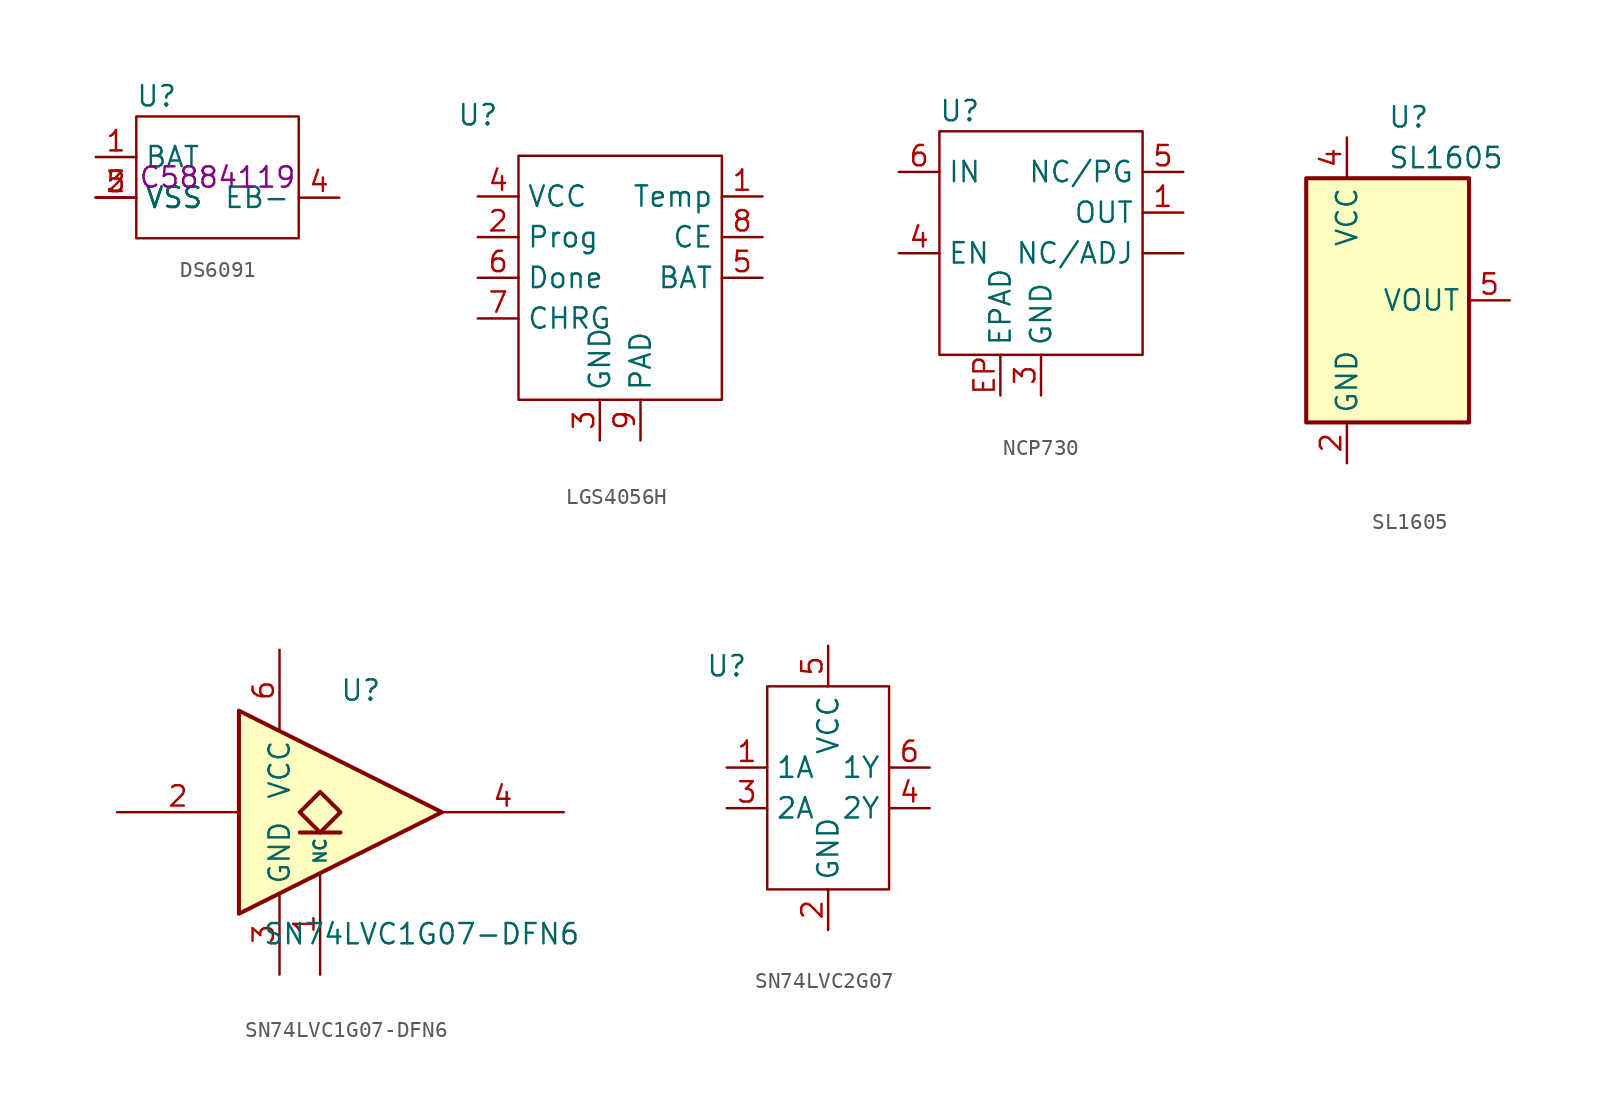
<source format=kicad_sym>
(kicad_symbol_lib
  (version 20220914)
  (generator kicad_symbol_editor)
  (symbol "DS6091"
    (property "Reference" "U"
      (at -3.81 5.08 0)
      (effects (font (size 1.27 1.27))))
    (property "Value" ""
      (at -5.08 3.81 0)
      (effects (font (size 1.27 1.27))))
    (property "LCSC" "C5884119"
      (at 0 0 0)
      (effects (font (size 1.27 1.27))))
    (symbol "DS6091_0_1"
      (rectangle (start -5.08 3.81) (end 5.08 -3.81) (stroke (width 0) (type default)) (fill (type none))))
    (symbol "DS6091_1_1"
      (pin input line (at -7.62 1.27 0) (length 2.54) (name "BAT" (effects (font (size 1.27 1.27)))) (number "1" (effects (font (size 1.27 1.27)))))
      (pin input line (at -7.62 -1.27 0) (length 2.54) (name "VSS" (effects (font (size 1.27 1.27)))) (number "2" (effects (font (size 1.27 1.27)))))
      (pin input line (at -7.62 -1.27 0) (length 2.54) (name "VSS" (effects (font (size 1.27 1.27)))) (number "3" (effects (font (size 1.27 1.27)))))
      (pin input line (at 7.62 -1.27 180) (length 2.54) (name "EB-" (effects (font (size 1.27 1.27)))) (number "4" (effects (font (size 1.27 1.27)))))
      (pin input line (at -7.62 -1.27 0) (length 2.54) (name "VSS" (effects (font (size 1.27 1.27)))) (number "5" (effects (font (size 1.27 1.27)))))))
  (symbol "LGS4056H"
    (property "Reference" "U"
      (at -10.16 10.16 0)
      (effects (font (size 1.27 1.27))))
    (property "Value" ""
      (at -10.16 10.16 0)
      (effects (font (size 1.27 1.27))))
    (symbol "LGS4056H_0_1"
      (rectangle (start -7.62 7.62) (end 5.08 -7.62) (stroke (width 0) (type default)) (fill (type none))))
    (symbol "LGS4056H_1_1"
      (pin input line (at 7.62 5.08 180) (length 2.54) (name "Temp" (effects (font (size 1.27 1.27)))) (number "1" (effects (font (size 1.27 1.27)))))
      (pin input line (at -10.16 2.54 0) (length 2.54) (name "Prog" (effects (font (size 1.27 1.27)))) (number "2" (effects (font (size 1.27 1.27)))))
      (pin power_in line (at -2.54 -10.16 90) (length 2.54) (name "GND" (effects (font (size 1.27 1.27)))) (number "3" (effects (font (size 1.27 1.27)))))
      (pin power_in line (at -10.16 5.08 0) (length 2.54) (name "VCC" (effects (font (size 1.27 1.27)))) (number "4" (effects (font (size 1.27 1.27)))))
      (pin power_out line (at 7.62 0 180) (length 2.54) (name "BAT" (effects (font (size 1.27 1.27)))) (number "5" (effects (font (size 1.27 1.27)))))
      (pin output line (at -10.16 0 0) (length 2.54) (name "Done" (effects (font (size 1.27 1.27)))) (number "6" (effects (font (size 1.27 1.27)))))
      (pin output line (at -10.16 -2.54 0) (length 2.54) (name "CHRG" (effects (font (size 1.27 1.27)))) (number "7" (effects (font (size 1.27 1.27)))))
      (pin power_in line (at 7.62 2.54 180) (length 2.54) (name "CE" (effects (font (size 1.27 1.27)))) (number "8" (effects (font (size 1.27 1.27)))))
      (pin power_in line (at 0 -10.16 90) (length 2.54) (name "PAD" (effects (font (size 1.27 1.27)))) (number "9" (effects (font (size 1.27 1.27)))))))
  (symbol "NCP730"
    (property "Reference" "U"
      (at -5.08 6.35 0)
      (effects (font (size 1.27 1.27))))
    (property "Value" ""
      (at -1.27 1.27 0)
      (effects (font (size 1.27 1.27))))
    (symbol "NCP730_0_1"
      (rectangle (start -6.35 5.08) (end 6.35 -8.89) (stroke (width 0) (type default)) (fill (type none))))
    (symbol "NCP730_1_1"
      (pin input line (at 8.89 -2.54 180) (length 2.54) (name "NC/ADJ" (effects (font (size 1.27 1.27)))) (number "" (effects (font (size 1.27 1.27)))))
      (pin output line (at 8.89 0 180) (length 2.54) (name "OUT" (effects (font (size 1.27 1.27)))) (number "1" (effects (font (size 1.27 1.27)))))
      (pin power_in line (at 0 -11.43 90) (length 2.54) (name "GND" (effects (font (size 1.27 1.27)))) (number "3" (effects (font (size 1.27 1.27)))))
      (pin input line (at -8.89 -2.54 0) (length 2.54) (name "EN" (effects (font (size 1.27 1.27)))) (number "4" (effects (font (size 1.27 1.27)))))
      (pin output line (at 8.89 2.54 180) (length 2.54) (name "NC/PG" (effects (font (size 1.27 1.27)))) (number "5" (effects (font (size 1.27 1.27)))))
      (pin power_in line (at -8.89 2.54 0) (length 2.54) (name "IN" (effects (font (size 1.27 1.27)))) (number "6" (effects (font (size 1.27 1.27)))))
      (pin power_in line (at -2.54 -11.43 90) (length 2.54) (name "EPAD" (effects (font (size 1.27 1.27)))) (number "EP" (effects (font (size 1.27 1.27)))))))
  (symbol "SL1605"
    (property "Reference" "U"
      (at 0 11.43 0)
      (effects (font (size 1.27 1.27)) (justify left)))
    (property "Value" "SL1605"
      (at 0 8.89 0)
      (effects (font (size 1.27 1.27)) (justify left)))
    (symbol "SL1605_0_1"
      (rectangle (start -5.08 7.62) (end 5.08 -7.62) (stroke (width 0.254) (type default)) (fill (type background))))
    (symbol "SL1605_1_1"
      (pin power_in line (at -2.54 -10.16 90) (length 2.54) (name "GND" (effects (font (size 1.27 1.27)))) (number "2" (effects (font (size 1.27 1.27)))))
      (pin power_in line (at -2.54 10.16 270) (length 2.54) (name "VCC" (effects (font (size 1.27 1.27)))) (number "4" (effects (font (size 1.27 1.27)))))
      (pin output line (at 7.62 0 180) (length 2.54) (name "VOUT" (effects (font (size 1.27 1.27)))) (number "5" (effects (font (size 1.27 1.27)))))))
  (symbol "SN74LVC1G07-DFN6"
    (property "Reference" "U"
      (at 0 7.62 0)
      (effects (font (size 1.27 1.27))))
    (property "Value" "SN74LVC1G07-DFN6"
      (at 3.81 -7.62 0)
      (effects (font (size 1.27 1.27))))
    (symbol "SN74LVC1G07-DFN6_0_1"
      (polyline (pts (xy -3.81 -1.27) (xy -1.27 -1.27)) (stroke (width 0.254) (type default)) (fill (type background)))
      (polyline (pts (xy -7.62 6.35) (xy -7.62 -6.35) (xy 5.08 0) (xy -7.62 6.35)) (stroke (width 0.254) (type default)) (fill (type background)))
      (polyline (pts (xy -2.54 1.27) (xy -3.81 0) (xy -2.54 -1.27) (xy -1.27 0) (xy -2.54 1.27)) (stroke (width 0.254) (type default)) (fill (type background))))
    (symbol "SN74LVC1G07-DFN6_1_1"
      (pin free line (at -2.54 -10.16 90) (length 6.35) (name "NC" (effects (font (size 0.762 0.762)))) (number "1" (effects (font (size 1.27 1.27)))))
      (pin input line (at -15.24 0 0) (length 7.62) (name "~" (effects (font (size 1.27 1.27)))) (number "2" (effects (font (size 1.27 1.27)))))
      (pin power_in line (at -5.08 -10.16 90) (length 5.08) (name "GND" (effects (font (size 1.27 1.27)))) (number "3" (effects (font (size 1.27 1.27)))))
      (pin open_collector line (at 12.7 0 180) (length 7.62) (name "~" (effects (font (size 1.27 1.27)))) (number "4" (effects (font (size 1.27 1.27)))))
      (pin power_in line (at -5.08 10.16 270) (length 5.08) (name "VCC" (effects (font (size 1.27 1.27)))) (number "6" (effects (font (size 1.27 1.27)))))))
  (symbol "SN74LVC2G07"
    (property "Reference" "U"
      (at -6.35 7.62 0)
      (effects (font (size 1.27 1.27))))
    (property "Value" ""
      (at -1.27 3.81 0)
      (effects (font (size 1.27 1.27))))
    (symbol "SN74LVC2G07_0_1"
      (rectangle (start 3.81 6.35) (end -3.81 -6.35) (stroke (width 0) (type default)) (fill (type none))))
    (symbol "SN74LVC2G07_1_1"
      (pin input line (at -6.35 1.27 0) (length 2.54) (name "1A" (effects (font (size 1.27 1.27)))) (number "1" (effects (font (size 1.27 1.27)))))
      (pin power_in line (at 0 -8.89 90) (length 2.54) (name "GND" (effects (font (size 1.27 1.27)))) (number "2" (effects (font (size 1.27 1.27)))))
      (pin input line (at -6.35 -1.27 0) (length 2.54) (name "2A" (effects (font (size 1.27 1.27)))) (number "3" (effects (font (size 1.27 1.27)))))
      (pin open_collector line (at 6.35 -1.27 180) (length 2.54) (name "2Y" (effects (font (size 1.27 1.27)))) (number "4" (effects (font (size 1.27 1.27)))))
      (pin power_in line (at 0 8.89 270) (length 2.54) (name "VCC" (effects (font (size 1.27 1.27)))) (number "5" (effects (font (size 1.27 1.27)))))
      (pin open_collector line (at 6.35 1.27 180) (length 2.54) (name "1Y" (effects (font (size 1.27 1.27)))) (number "6" (effects (font (size 1.27 1.27))))))))
</source>
